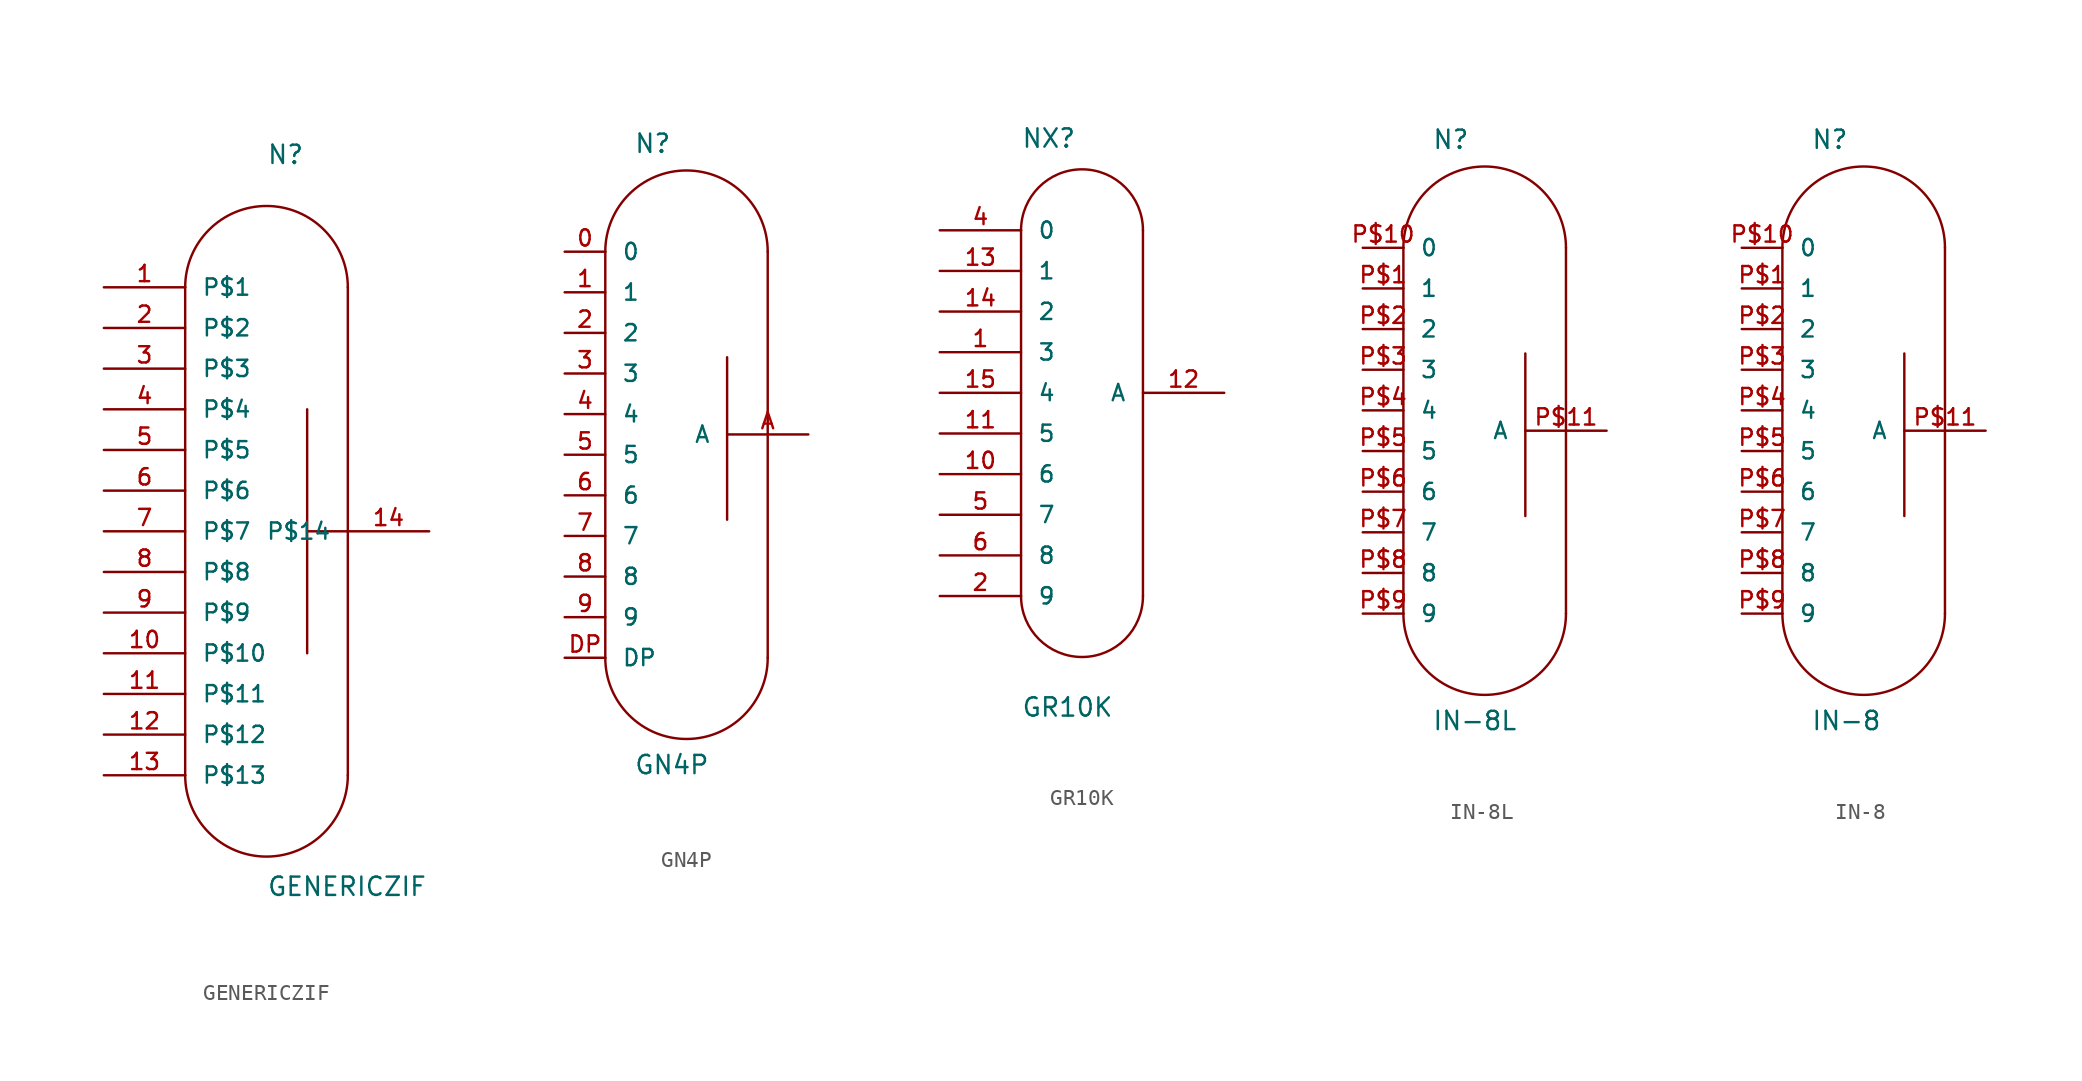
<source format=kicad_sym>
(kicad_symbol_lib
  (version 20241209)
  (generator "kicad_symbol_editor")
  (generator_version "9.0")
  (symbol "GENERICZIF"
    (pin_names
      (offset 1.016))
    (property "Reference" "N"
      (at 0 22.86 0)
      (effects (font (size 1.143 1.143)) (justify left bottom)))
    (property "Value" "GENERICZIF"
      (at 0 -22.86 0)
      (effects (font (size 1.143 1.143)) (justify left bottom)))
    (property "ki_locked" ""
      (at 0 0 0)
      (effects (font (size 1.27 1.27))))
    (symbol "GENERICZIF_1_0"
      (polyline (pts (xy -5.08 15.24) (xy -5.08 -15.24)) (stroke (width 0) (type solid)) (fill (type none)))
      (polyline (pts (xy 2.54 7.62) (xy 2.54 0)) (stroke (width 0) (type solid)) (fill (type none)))
      (polyline (pts (xy 2.54 0) (xy 2.54 -7.62)) (stroke (width 0) (type solid)) (fill (type none)))
      (polyline (pts (xy 5.08 15.24) (xy 5.08 0)) (stroke (width 0) (type solid)) (fill (type none)))
      (polyline (pts (xy 5.08 0) (xy 2.54 0)) (stroke (width 0) (type solid)) (fill (type none)))
      (polyline (pts (xy 5.08 0) (xy 5.08 -15.24)) (stroke (width 0) (type solid)) (fill (type none))))
    (symbol "GENERICZIF_1_1"
      (arc (start -5.08 15.24) (mid 0 20.32) (end 5.08 15.24) (stroke (width 0) (type solid)) (fill (type none)))
      (arc (start 5.08 -15.24) (mid 0 -20.32) (end -5.08 -15.24) (stroke (width 0) (type solid)) (fill (type none)))
      (pin passive line (at -10.16 15.24 0) (length 5.08) (name "P$1" (effects (font (size 1.016 1.016)))) (number "1" (effects (font (size 1.016 1.016)))))
      (pin passive line (at -10.16 12.7 0) (length 5.08) (name "P$2" (effects (font (size 1.016 1.016)))) (number "2" (effects (font (size 1.016 1.016)))))
      (pin passive line (at -10.16 10.16 0) (length 5.08) (name "P$3" (effects (font (size 1.016 1.016)))) (number "3" (effects (font (size 1.016 1.016)))))
      (pin passive line (at -10.16 7.62 0) (length 5.08) (name "P$4" (effects (font (size 1.016 1.016)))) (number "4" (effects (font (size 1.016 1.016)))))
      (pin passive line (at -10.16 5.08 0) (length 5.08) (name "P$5" (effects (font (size 1.016 1.016)))) (number "5" (effects (font (size 1.016 1.016)))))
      (pin passive line (at -10.16 2.54 0) (length 5.08) (name "P$6" (effects (font (size 1.016 1.016)))) (number "6" (effects (font (size 1.016 1.016)))))
      (pin passive line (at -10.16 0 0) (length 5.08) (name "P$7" (effects (font (size 1.016 1.016)))) (number "7" (effects (font (size 1.016 1.016)))))
      (pin passive line (at -10.16 -2.54 0) (length 5.08) (name "P$8" (effects (font (size 1.016 1.016)))) (number "8" (effects (font (size 1.016 1.016)))))
      (pin passive line (at -10.16 -5.08 0) (length 5.08) (name "P$9" (effects (font (size 1.016 1.016)))) (number "9" (effects (font (size 1.016 1.016)))))
      (pin passive line (at -10.16 -7.62 0) (length 5.08) (name "P$10" (effects (font (size 1.016 1.016)))) (number "10" (effects (font (size 1.016 1.016)))))
      (pin passive line (at -10.16 -10.16 0) (length 5.08) (name "P$11" (effects (font (size 1.016 1.016)))) (number "11" (effects (font (size 1.016 1.016)))))
      (pin passive line (at -10.16 -12.7 0) (length 5.08) (name "P$12" (effects (font (size 1.016 1.016)))) (number "12" (effects (font (size 1.016 1.016)))))
      (pin passive line (at -10.16 -15.24 0) (length 5.08) (name "P$13" (effects (font (size 1.016 1.016)))) (number "13" (effects (font (size 1.016 1.016)))))
      (pin passive line (at 10.16 0 180) (length 5.08) (name "P$14" (effects (font (size 1.016 1.016)))) (number "14" (effects (font (size 1.016 1.016)))))))
  (symbol "GN4P"
    (pin_names
      (offset 1.016))
    (property "Reference" "N"
      (at -38.862 41.656 0)
      (effects (font (size 1.143 1.143)) (justify left bottom)))
    (property "Value" "GN4P"
      (at -38.862 2.794 0)
      (effects (font (size 1.143 1.143)) (justify left bottom)))
    (property "ki_locked" ""
      (at 0 0 0)
      (effects (font (size 1.27 1.27))))
    (symbol "GN4P_1_0"
      (polyline (pts (xy -40.64 35.56) (xy -40.64 10.16)) (stroke (width 0) (type solid)) (fill (type none)))
      (polyline (pts (xy -33.02 28.956) (xy -33.02 18.796)) (stroke (width 0) (type solid)) (fill (type none)))
      (polyline (pts (xy -30.48 35.56) (xy -30.48 10.16)) (stroke (width 0) (type solid)) (fill (type none))))
    (symbol "GN4P_1_1"
      (arc (start -40.64 35.56) (mid -35.56 40.64) (end -30.48 35.56) (stroke (width 0) (type solid)) (fill (type none)))
      (arc (start -30.48 10.16) (mid -35.56 5.08) (end -40.64 10.16) (stroke (width 0) (type solid)) (fill (type none)))
      (pin passive line (at -43.18 35.56 0) (length 2.54) (name "0" (effects (font (size 1.016 1.016)))) (number "0" (effects (font (size 1.016 1.016)))))
      (pin passive line (at -43.18 33.02 0) (length 2.54) (name "1" (effects (font (size 1.016 1.016)))) (number "1" (effects (font (size 1.016 1.016)))))
      (pin passive line (at -43.18 30.48 0) (length 2.54) (name "2" (effects (font (size 1.016 1.016)))) (number "2" (effects (font (size 1.016 1.016)))))
      (pin passive line (at -43.18 27.94 0) (length 2.54) (name "3" (effects (font (size 1.016 1.016)))) (number "3" (effects (font (size 1.016 1.016)))))
      (pin passive line (at -43.18 25.4 0) (length 2.54) (name "4" (effects (font (size 1.016 1.016)))) (number "4" (effects (font (size 1.016 1.016)))))
      (pin passive line (at -43.18 22.86 0) (length 2.54) (name "5" (effects (font (size 1.016 1.016)))) (number "5" (effects (font (size 1.016 1.016)))))
      (pin passive line (at -43.18 20.32 0) (length 2.54) (name "6" (effects (font (size 1.016 1.016)))) (number "6" (effects (font (size 1.016 1.016)))))
      (pin passive line (at -43.18 17.78 0) (length 2.54) (name "7" (effects (font (size 1.016 1.016)))) (number "7" (effects (font (size 1.016 1.016)))))
      (pin passive line (at -43.18 15.24 0) (length 2.54) (name "8" (effects (font (size 1.016 1.016)))) (number "8" (effects (font (size 1.016 1.016)))))
      (pin passive line (at -43.18 12.7 0) (length 2.54) (name "9" (effects (font (size 1.016 1.016)))) (number "9" (effects (font (size 1.016 1.016)))))
      (pin passive line (at -43.18 10.16 0) (length 2.54) (name "DP" (effects (font (size 1.016 1.016)))) (number "DP" (effects (font (size 1.016 1.016)))))
      (pin passive line (at -27.94 24.13 180) (length 5.08) (name "A" (effects (font (size 1.016 1.016)))) (number "A" (effects (font (size 1.016 1.016)))))))
  (symbol "GR10K"
    (pin_names
      (offset 1.016))
    (property "Reference" "NX"
      (at -22.86 12.7 0)
      (effects (font (size 1.143 1.143)) (justify left bottom)))
    (property "Value" "GR10K"
      (at -22.86 -22.86 0)
      (effects (font (size 1.143 1.143)) (justify left bottom)))
    (property "ki_locked" ""
      (at 0 0 0)
      (effects (font (size 1.27 1.27))))
    (symbol "GR10K_1_0"
      (polyline (pts (xy -22.86 7.62) (xy -22.86 -15.24)) (stroke (width 0) (type solid)) (fill (type none)))
      (polyline (pts (xy -15.24 7.62) (xy -15.24 -15.24)) (stroke (width 0) (type solid)) (fill (type none))))
    (symbol "GR10K_1_1"
      (arc (start -22.86 7.62) (mid -19.05 11.43) (end -15.24 7.62) (stroke (width 0) (type solid)) (fill (type none)))
      (arc (start -15.24 -15.24) (mid -19.05 -19.05) (end -22.86 -15.24) (stroke (width 0) (type solid)) (fill (type none)))
      (pin passive line (at -27.94 7.62 0) (length 5.08) (name "0" (effects (font (size 1.016 1.016)))) (number "4" (effects (font (size 1.016 1.016)))))
      (pin passive line (at -27.94 5.08 0) (length 5.08) (name "1" (effects (font (size 1.016 1.016)))) (number "13" (effects (font (size 1.016 1.016)))))
      (pin passive line (at -27.94 2.54 0) (length 5.08) (name "2" (effects (font (size 1.016 1.016)))) (number "14" (effects (font (size 1.016 1.016)))))
      (pin passive line (at -27.94 0 0) (length 5.08) (name "3" (effects (font (size 1.016 1.016)))) (number "1" (effects (font (size 1.016 1.016)))))
      (pin passive line (at -27.94 -2.54 0) (length 5.08) (name "4" (effects (font (size 1.016 1.016)))) (number "15" (effects (font (size 1.016 1.016)))))
      (pin passive line (at -27.94 -5.08 0) (length 5.08) (name "5" (effects (font (size 1.016 1.016)))) (number "11" (effects (font (size 1.016 1.016)))))
      (pin passive line (at -27.94 -7.62 0) (length 5.08) (name "6" (effects (font (size 1.016 1.016)))) (number "10" (effects (font (size 1.016 1.016)))))
      (pin passive line (at -27.94 -10.16 0) (length 5.08) (name "7" (effects (font (size 1.016 1.016)))) (number "5" (effects (font (size 1.016 1.016)))))
      (pin passive line (at -27.94 -12.7 0) (length 5.08) (name "8" (effects (font (size 1.016 1.016)))) (number "6" (effects (font (size 1.016 1.016)))))
      (pin passive line (at -27.94 -15.24 0) (length 5.08) (name "9" (effects (font (size 1.016 1.016)))) (number "2" (effects (font (size 1.016 1.016)))))
      (pin passive line (at -10.16 -2.54 180) (length 5.08) (name "A" (effects (font (size 1.016 1.016)))) (number "12" (effects (font (size 1.016 1.016)))))))
  (symbol "IN-8L"
    (pin_names
      (offset 1.016))
    (property "Reference" "N"
      (at -38.862 41.656 0)
      (effects (font (size 1.143 1.143)) (justify left bottom)))
    (property "Value" "IN-8L"
      (at -38.862 5.334 0)
      (effects (font (size 1.143 1.143)) (justify left bottom)))
    (property "ki_locked" ""
      (at 0 0 0)
      (effects (font (size 1.27 1.27))))
    (symbol "IN-8L_1_0"
      (polyline (pts (xy -40.64 35.56) (xy -40.64 12.7)) (stroke (width 0) (type solid)) (fill (type none)))
      (polyline (pts (xy -33.02 28.956) (xy -33.02 18.796)) (stroke (width 0) (type solid)) (fill (type none)))
      (polyline (pts (xy -30.48 35.56) (xy -30.48 12.7)) (stroke (width 0) (type solid)) (fill (type none))))
    (symbol "IN-8L_1_1"
      (arc (start -40.64 35.56) (mid -35.56 40.64) (end -30.48 35.56) (stroke (width 0) (type solid)) (fill (type none)))
      (arc (start -30.48 12.7) (mid -35.56 7.62) (end -40.64 12.7) (stroke (width 0) (type solid)) (fill (type none)))
      (pin passive line (at -43.18 35.56 0) (length 2.54) (name "0" (effects (font (size 1.016 1.016)))) (number "P$10" (effects (font (size 1.016 1.016)))))
      (pin passive line (at -43.18 33.02 0) (length 2.54) (name "1" (effects (font (size 1.016 1.016)))) (number "P$1" (effects (font (size 1.016 1.016)))))
      (pin passive line (at -43.18 30.48 0) (length 2.54) (name "2" (effects (font (size 1.016 1.016)))) (number "P$2" (effects (font (size 1.016 1.016)))))
      (pin passive line (at -43.18 27.94 0) (length 2.54) (name "3" (effects (font (size 1.016 1.016)))) (number "P$3" (effects (font (size 1.016 1.016)))))
      (pin passive line (at -43.18 25.4 0) (length 2.54) (name "4" (effects (font (size 1.016 1.016)))) (number "P$4" (effects (font (size 1.016 1.016)))))
      (pin passive line (at -43.18 22.86 0) (length 2.54) (name "5" (effects (font (size 1.016 1.016)))) (number "P$5" (effects (font (size 1.016 1.016)))))
      (pin passive line (at -43.18 20.32 0) (length 2.54) (name "6" (effects (font (size 1.016 1.016)))) (number "P$6" (effects (font (size 1.016 1.016)))))
      (pin passive line (at -43.18 17.78 0) (length 2.54) (name "7" (effects (font (size 1.016 1.016)))) (number "P$7" (effects (font (size 1.016 1.016)))))
      (pin passive line (at -43.18 15.24 0) (length 2.54) (name "8" (effects (font (size 1.016 1.016)))) (number "P$8" (effects (font (size 1.016 1.016)))))
      (pin passive line (at -43.18 12.7 0) (length 2.54) (name "9" (effects (font (size 1.016 1.016)))) (number "P$9" (effects (font (size 1.016 1.016)))))
      (pin passive line (at -27.94 24.13 180) (length 5.08) (name "A" (effects (font (size 1.016 1.016)))) (number "P$11" (effects (font (size 1.016 1.016)))))))
  (symbol "IN-8"
    (pin_names
      (offset 1.016))
    (property "Reference" "N"
      (at -38.862 41.656 0)
      (effects (font (size 1.143 1.143)) (justify left bottom)))
    (property "Value" "IN-8"
      (at -38.862 5.334 0)
      (effects (font (size 1.143 1.143)) (justify left bottom)))
    (property "ki_locked" ""
      (at 0 0 0)
      (effects (font (size 1.27 1.27))))
    (symbol "IN-8_1_0"
      (polyline (pts (xy -40.64 35.56) (xy -40.64 12.7)) (stroke (width 0) (type solid)) (fill (type none)))
      (polyline (pts (xy -33.02 28.956) (xy -33.02 18.796)) (stroke (width 0) (type solid)) (fill (type none)))
      (polyline (pts (xy -30.48 35.56) (xy -30.48 12.7)) (stroke (width 0) (type solid)) (fill (type none))))
    (symbol "IN-8_1_1"
      (arc (start -40.64 35.56) (mid -35.56 40.64) (end -30.48 35.56) (stroke (width 0) (type solid)) (fill (type none)))
      (arc (start -30.48 12.7) (mid -35.56 7.62) (end -40.64 12.7) (stroke (width 0) (type solid)) (fill (type none)))
      (pin passive line (at -43.18 35.56 0) (length 2.54) (name "0" (effects (font (size 1.016 1.016)))) (number "P$10" (effects (font (size 1.016 1.016)))))
      (pin passive line (at -43.18 33.02 0) (length 2.54) (name "1" (effects (font (size 1.016 1.016)))) (number "P$1" (effects (font (size 1.016 1.016)))))
      (pin passive line (at -43.18 30.48 0) (length 2.54) (name "2" (effects (font (size 1.016 1.016)))) (number "P$2" (effects (font (size 1.016 1.016)))))
      (pin passive line (at -43.18 27.94 0) (length 2.54) (name "3" (effects (font (size 1.016 1.016)))) (number "P$3" (effects (font (size 1.016 1.016)))))
      (pin passive line (at -43.18 25.4 0) (length 2.54) (name "4" (effects (font (size 1.016 1.016)))) (number "P$4" (effects (font (size 1.016 1.016)))))
      (pin passive line (at -43.18 22.86 0) (length 2.54) (name "5" (effects (font (size 1.016 1.016)))) (number "P$5" (effects (font (size 1.016 1.016)))))
      (pin passive line (at -43.18 20.32 0) (length 2.54) (name "6" (effects (font (size 1.016 1.016)))) (number "P$6" (effects (font (size 1.016 1.016)))))
      (pin passive line (at -43.18 17.78 0) (length 2.54) (name "7" (effects (font (size 1.016 1.016)))) (number "P$7" (effects (font (size 1.016 1.016)))))
      (pin passive line (at -43.18 15.24 0) (length 2.54) (name "8" (effects (font (size 1.016 1.016)))) (number "P$8" (effects (font (size 1.016 1.016)))))
      (pin passive line (at -43.18 12.7 0) (length 2.54) (name "9" (effects (font (size 1.016 1.016)))) (number "P$9" (effects (font (size 1.016 1.016)))))
      (pin passive line (at -27.94 24.13 180) (length 5.08) (name "A" (effects (font (size 1.016 1.016)))) (number "P$11" (effects (font (size 1.016 1.016))))))))
</source>
